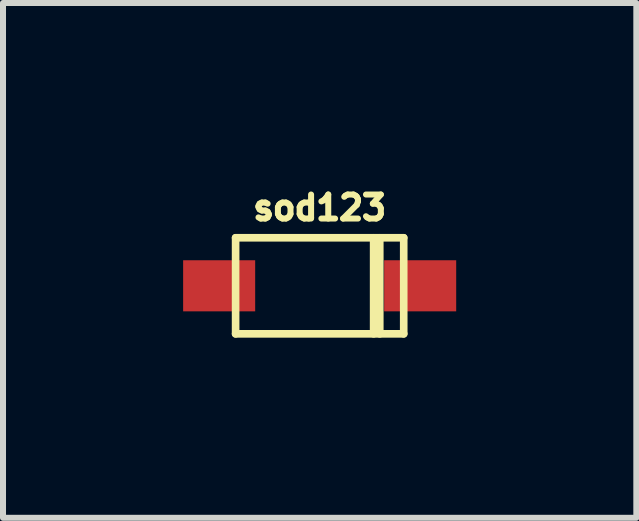
<source format=kicad_pcb>
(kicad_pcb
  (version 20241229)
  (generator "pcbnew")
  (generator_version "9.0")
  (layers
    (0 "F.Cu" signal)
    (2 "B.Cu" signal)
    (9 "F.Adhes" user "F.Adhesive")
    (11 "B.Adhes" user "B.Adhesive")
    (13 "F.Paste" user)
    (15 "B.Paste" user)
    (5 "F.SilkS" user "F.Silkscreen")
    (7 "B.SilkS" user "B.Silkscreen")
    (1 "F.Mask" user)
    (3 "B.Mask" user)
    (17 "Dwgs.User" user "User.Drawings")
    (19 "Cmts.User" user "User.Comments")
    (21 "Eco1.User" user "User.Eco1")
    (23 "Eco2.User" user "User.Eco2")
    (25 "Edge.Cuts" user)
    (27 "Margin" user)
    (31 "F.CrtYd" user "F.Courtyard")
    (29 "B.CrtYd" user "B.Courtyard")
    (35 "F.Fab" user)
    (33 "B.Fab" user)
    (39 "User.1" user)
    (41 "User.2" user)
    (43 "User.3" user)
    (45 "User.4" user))
  (footprint "sod123"
    (layer "F.Cu")
    (at 2.274 1.71)
    (property "Reference" "sod123" (at 0 -1.3 0) (layer "F.SilkS") (effects (font (size 0.4 0.4) (thickness 0.1))))
    (attr through_hole)
    (fp_line (start -1.4 -0.8) (end 1.4 -0.8) (stroke (width 0.127) (type solid)) (layer "F.SilkS"))
    (fp_line (start -1.4 0.8) (end -1.4 -0.8) (stroke (width 0.127) (type solid)) (layer "F.SilkS"))
    (fp_line (start 0.899 0.8) (end 0.899 -0.8) (stroke (width 0.127) (type solid)) (layer "F.SilkS"))
    (fp_line (start 1.001 -0.8) (end 1.001 0.8) (stroke (width 0.127) (type solid)) (layer "F.SilkS"))
    (fp_line (start 1.4 -0.8) (end 1.4 0.8) (stroke (width 0.127) (type solid)) (layer "F.SilkS"))
    (fp_line (start 1.4 0.8) (end -1.4 0.8) (stroke (width 0.127) (type solid)) (layer "F.SilkS"))
    (pad "1" smd rect (at -1.674 0) (size 1.2 0.851) (layers "F.Cu" "F.Mask" "F.Paste"))
    (pad "2" smd rect (at 1.674 0) (size 1.2 0.851) (layers "F.Cu" "F.Mask" "F.Paste")))
  (gr_rect
    (start -3 -3)
    (end 7.548 5.574)
    (stroke (width 0.1) (type default))
    (fill no)
    (layer "Edge.Cuts")))
</source>
